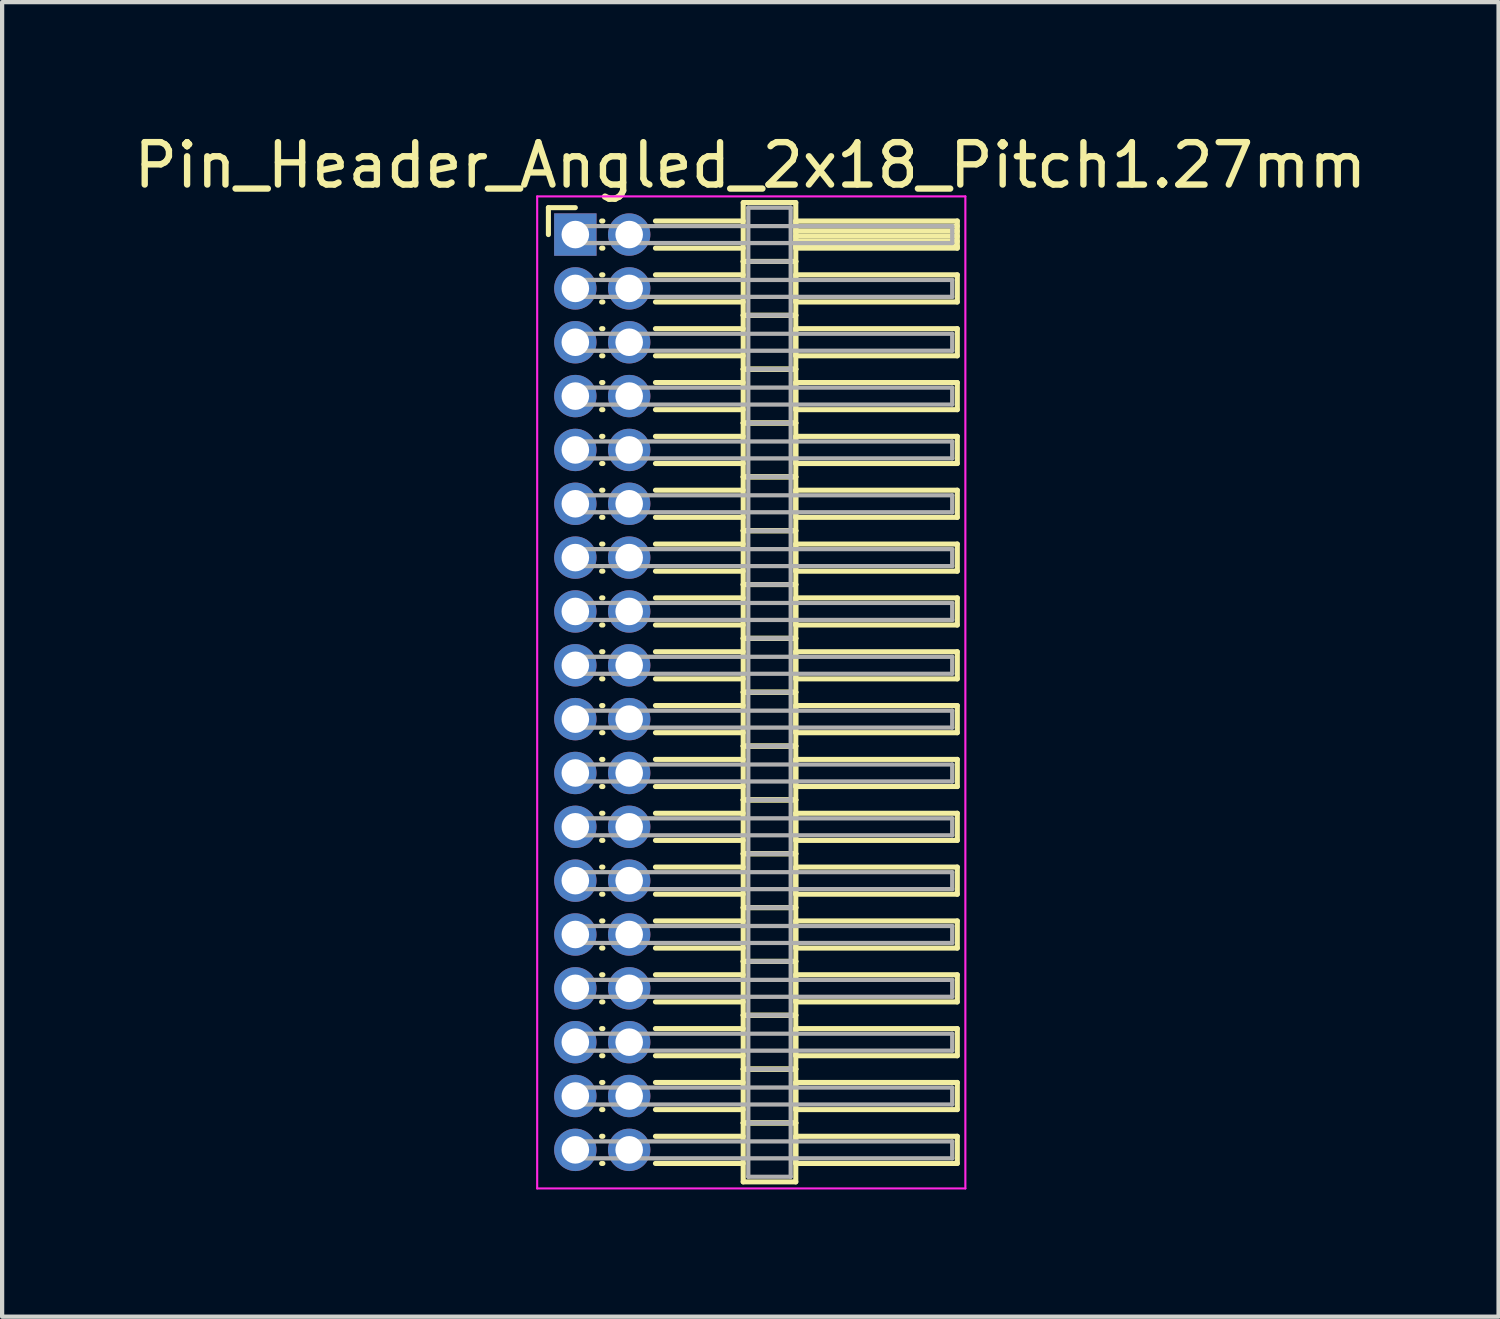
<source format=kicad_pcb>
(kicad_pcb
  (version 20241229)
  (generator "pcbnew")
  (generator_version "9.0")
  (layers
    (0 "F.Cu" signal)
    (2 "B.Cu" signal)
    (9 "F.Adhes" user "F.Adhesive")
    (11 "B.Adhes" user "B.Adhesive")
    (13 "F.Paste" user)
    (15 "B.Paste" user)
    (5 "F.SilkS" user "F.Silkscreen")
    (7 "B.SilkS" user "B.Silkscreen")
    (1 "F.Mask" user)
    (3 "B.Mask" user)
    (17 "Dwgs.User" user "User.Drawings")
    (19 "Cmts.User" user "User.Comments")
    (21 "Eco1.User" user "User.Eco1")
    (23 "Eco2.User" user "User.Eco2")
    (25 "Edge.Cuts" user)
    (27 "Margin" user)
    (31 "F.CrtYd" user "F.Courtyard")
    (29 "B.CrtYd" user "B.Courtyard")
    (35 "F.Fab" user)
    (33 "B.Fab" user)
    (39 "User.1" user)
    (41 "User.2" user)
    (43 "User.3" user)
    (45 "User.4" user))
  (footprint "Pin_Header_Angled_2x18_Pitch1.27mm"
    (layer "F.Cu")
    (at 10.521 2.483)
    (property "Reference" "Pin_Header_Angled_2x18_Pitch1.27mm" (at 4.128 -1.635 0) (layer "F.SilkS") (effects (font (size 1 1) (thickness 0.15))))
    (attr through_hole)
    (fp_line (start -0.635 -0.635) (end 0 -0.635) (stroke (width 0.12) (type solid)) (layer "F.SilkS"))
    (fp_line (start -0.635 0) (end -0.635 -0.635) (stroke (width 0.12) (type solid)) (layer "F.SilkS"))
    (fp_line (start 0.62 -0.32) (end 0.65 -0.32) (stroke (width 0.12) (type solid)) (layer "F.SilkS"))
    (fp_line (start 0.62 0.32) (end 0.65 0.32) (stroke (width 0.12) (type solid)) (layer "F.SilkS"))
    (fp_line (start 0.62 0.95) (end 0.65 0.95) (stroke (width 0.12) (type solid)) (layer "F.SilkS"))
    (fp_line (start 0.62 1.59) (end 0.65 1.59) (stroke (width 0.12) (type solid)) (layer "F.SilkS"))
    (fp_line (start 0.62 2.22) (end 0.65 2.22) (stroke (width 0.12) (type solid)) (layer "F.SilkS"))
    (fp_line (start 0.62 2.86) (end 0.65 2.86) (stroke (width 0.12) (type solid)) (layer "F.SilkS"))
    (fp_line (start 0.62 3.49) (end 0.65 3.49) (stroke (width 0.12) (type solid)) (layer "F.SilkS"))
    (fp_line (start 0.62 4.13) (end 0.65 4.13) (stroke (width 0.12) (type solid)) (layer "F.SilkS"))
    (fp_line (start 0.62 4.76) (end 0.65 4.76) (stroke (width 0.12) (type solid)) (layer "F.SilkS"))
    (fp_line (start 0.62 5.4) (end 0.65 5.4) (stroke (width 0.12) (type solid)) (layer "F.SilkS"))
    (fp_line (start 0.62 6.03) (end 0.65 6.03) (stroke (width 0.12) (type solid)) (layer "F.SilkS"))
    (fp_line (start 0.62 6.67) (end 0.65 6.67) (stroke (width 0.12) (type solid)) (layer "F.SilkS"))
    (fp_line (start 0.62 7.3) (end 0.65 7.3) (stroke (width 0.12) (type solid)) (layer "F.SilkS"))
    (fp_line (start 0.62 7.94) (end 0.65 7.94) (stroke (width 0.12) (type solid)) (layer "F.SilkS"))
    (fp_line (start 0.62 8.57) (end 0.65 8.57) (stroke (width 0.12) (type solid)) (layer "F.SilkS"))
    (fp_line (start 0.62 9.21) (end 0.65 9.21) (stroke (width 0.12) (type solid)) (layer "F.SilkS"))
    (fp_line (start 0.62 9.84) (end 0.65 9.84) (stroke (width 0.12) (type solid)) (layer "F.SilkS"))
    (fp_line (start 0.62 10.48) (end 0.65 10.48) (stroke (width 0.12) (type solid)) (layer "F.SilkS"))
    (fp_line (start 0.62 11.11) (end 0.65 11.11) (stroke (width 0.12) (type solid)) (layer "F.SilkS"))
    (fp_line (start 0.62 11.75) (end 0.65 11.75) (stroke (width 0.12) (type solid)) (layer "F.SilkS"))
    (fp_line (start 0.62 12.38) (end 0.65 12.38) (stroke (width 0.12) (type solid)) (layer "F.SilkS"))
    (fp_line (start 0.62 13.02) (end 0.65 13.02) (stroke (width 0.12) (type solid)) (layer "F.SilkS"))
    (fp_line (start 0.62 13.65) (end 0.65 13.65) (stroke (width 0.12) (type solid)) (layer "F.SilkS"))
    (fp_line (start 0.62 14.29) (end 0.65 14.29) (stroke (width 0.12) (type solid)) (layer "F.SilkS"))
    (fp_line (start 0.62 14.92) (end 0.65 14.92) (stroke (width 0.12) (type solid)) (layer "F.SilkS"))
    (fp_line (start 0.62 15.56) (end 0.65 15.56) (stroke (width 0.12) (type solid)) (layer "F.SilkS"))
    (fp_line (start 0.62 16.19) (end 0.65 16.19) (stroke (width 0.12) (type solid)) (layer "F.SilkS"))
    (fp_line (start 0.62 16.83) (end 0.65 16.83) (stroke (width 0.12) (type solid)) (layer "F.SilkS"))
    (fp_line (start 0.62 17.46) (end 0.65 17.46) (stroke (width 0.12) (type solid)) (layer "F.SilkS"))
    (fp_line (start 0.62 18.1) (end 0.65 18.1) (stroke (width 0.12) (type solid)) (layer "F.SilkS"))
    (fp_line (start 0.62 18.73) (end 0.65 18.73) (stroke (width 0.12) (type solid)) (layer "F.SilkS"))
    (fp_line (start 0.62 19.37) (end 0.65 19.37) (stroke (width 0.12) (type solid)) (layer "F.SilkS"))
    (fp_line (start 0.62 20) (end 0.65 20) (stroke (width 0.12) (type solid)) (layer "F.SilkS"))
    (fp_line (start 0.62 20.64) (end 0.65 20.64) (stroke (width 0.12) (type solid)) (layer "F.SilkS"))
    (fp_line (start 0.62 21.27) (end 0.65 21.27) (stroke (width 0.12) (type solid)) (layer "F.SilkS"))
    (fp_line (start 0.62 21.91) (end 0.65 21.91) (stroke (width 0.12) (type solid)) (layer "F.SilkS"))
    (fp_line (start 1.89 -0.32) (end 3.96 -0.32) (stroke (width 0.12) (type solid)) (layer "F.SilkS"))
    (fp_line (start 1.89 0.32) (end 3.96 0.32) (stroke (width 0.12) (type solid)) (layer "F.SilkS"))
    (fp_line (start 1.89 0.95) (end 3.96 0.95) (stroke (width 0.12) (type solid)) (layer "F.SilkS"))
    (fp_line (start 1.89 1.59) (end 3.96 1.59) (stroke (width 0.12) (type solid)) (layer "F.SilkS"))
    (fp_line (start 1.89 2.22) (end 3.96 2.22) (stroke (width 0.12) (type solid)) (layer "F.SilkS"))
    (fp_line (start 1.89 2.86) (end 3.96 2.86) (stroke (width 0.12) (type solid)) (layer "F.SilkS"))
    (fp_line (start 1.89 3.49) (end 3.96 3.49) (stroke (width 0.12) (type solid)) (layer "F.SilkS"))
    (fp_line (start 1.89 4.13) (end 3.96 4.13) (stroke (width 0.12) (type solid)) (layer "F.SilkS"))
    (fp_line (start 1.89 4.76) (end 3.96 4.76) (stroke (width 0.12) (type solid)) (layer "F.SilkS"))
    (fp_line (start 1.89 5.4) (end 3.96 5.4) (stroke (width 0.12) (type solid)) (layer "F.SilkS"))
    (fp_line (start 1.89 6.03) (end 3.96 6.03) (stroke (width 0.12) (type solid)) (layer "F.SilkS"))
    (fp_line (start 1.89 6.67) (end 3.96 6.67) (stroke (width 0.12) (type solid)) (layer "F.SilkS"))
    (fp_line (start 1.89 7.3) (end 3.96 7.3) (stroke (width 0.12) (type solid)) (layer "F.SilkS"))
    (fp_line (start 1.89 7.94) (end 3.96 7.94) (stroke (width 0.12) (type solid)) (layer "F.SilkS"))
    (fp_line (start 1.89 8.57) (end 3.96 8.57) (stroke (width 0.12) (type solid)) (layer "F.SilkS"))
    (fp_line (start 1.89 9.21) (end 3.96 9.21) (stroke (width 0.12) (type solid)) (layer "F.SilkS"))
    (fp_line (start 1.89 9.84) (end 3.96 9.84) (stroke (width 0.12) (type solid)) (layer "F.SilkS"))
    (fp_line (start 1.89 10.48) (end 3.96 10.48) (stroke (width 0.12) (type solid)) (layer "F.SilkS"))
    (fp_line (start 1.89 11.11) (end 3.96 11.11) (stroke (width 0.12) (type solid)) (layer "F.SilkS"))
    (fp_line (start 1.89 11.75) (end 3.96 11.75) (stroke (width 0.12) (type solid)) (layer "F.SilkS"))
    (fp_line (start 1.89 12.38) (end 3.96 12.38) (stroke (width 0.12) (type solid)) (layer "F.SilkS"))
    (fp_line (start 1.89 13.02) (end 3.96 13.02) (stroke (width 0.12) (type solid)) (layer "F.SilkS"))
    (fp_line (start 1.89 13.65) (end 3.96 13.65) (stroke (width 0.12) (type solid)) (layer "F.SilkS"))
    (fp_line (start 1.89 14.29) (end 3.96 14.29) (stroke (width 0.12) (type solid)) (layer "F.SilkS"))
    (fp_line (start 1.89 14.92) (end 3.96 14.92) (stroke (width 0.12) (type solid)) (layer "F.SilkS"))
    (fp_line (start 1.89 15.56) (end 3.96 15.56) (stroke (width 0.12) (type solid)) (layer "F.SilkS"))
    (fp_line (start 1.89 16.19) (end 3.96 16.19) (stroke (width 0.12) (type solid)) (layer "F.SilkS"))
    (fp_line (start 1.89 16.83) (end 3.96 16.83) (stroke (width 0.12) (type solid)) (layer "F.SilkS"))
    (fp_line (start 1.89 17.46) (end 3.96 17.46) (stroke (width 0.12) (type solid)) (layer "F.SilkS"))
    (fp_line (start 1.89 18.1) (end 3.96 18.1) (stroke (width 0.12) (type solid)) (layer "F.SilkS"))
    (fp_line (start 1.89 18.73) (end 3.96 18.73) (stroke (width 0.12) (type solid)) (layer "F.SilkS"))
    (fp_line (start 1.89 19.37) (end 3.96 19.37) (stroke (width 0.12) (type solid)) (layer "F.SilkS"))
    (fp_line (start 1.89 20) (end 3.96 20) (stroke (width 0.12) (type solid)) (layer "F.SilkS"))
    (fp_line (start 1.89 20.64) (end 3.96 20.64) (stroke (width 0.12) (type solid)) (layer "F.SilkS"))
    (fp_line (start 1.89 21.27) (end 3.96 21.27) (stroke (width 0.12) (type solid)) (layer "F.SilkS"))
    (fp_line (start 1.89 21.91) (end 3.96 21.91) (stroke (width 0.12) (type solid)) (layer "F.SilkS"))
    (fp_line (start 3.96 -0.755) (end 3.96 0.635) (stroke (width 0.12) (type solid)) (layer "F.SilkS"))
    (fp_line (start 3.96 0.635) (end 3.96 1.905) (stroke (width 0.12) (type solid)) (layer "F.SilkS"))
    (fp_line (start 3.96 0.635) (end 5.2 0.635) (stroke (width 0.12) (type solid)) (layer "F.SilkS"))
    (fp_line (start 3.96 1.905) (end 3.96 3.175) (stroke (width 0.12) (type solid)) (layer "F.SilkS"))
    (fp_line (start 3.96 1.905) (end 5.2 1.905) (stroke (width 0.12) (type solid)) (layer "F.SilkS"))
    (fp_line (start 3.96 3.175) (end 3.96 4.445) (stroke (width 0.12) (type solid)) (layer "F.SilkS"))
    (fp_line (start 3.96 3.175) (end 5.2 3.175) (stroke (width 0.12) (type solid)) (layer "F.SilkS"))
    (fp_line (start 3.96 4.445) (end 3.96 5.715) (stroke (width 0.12) (type solid)) (layer "F.SilkS"))
    (fp_line (start 3.96 4.445) (end 5.2 4.445) (stroke (width 0.12) (type solid)) (layer "F.SilkS"))
    (fp_line (start 3.96 5.715) (end 3.96 6.985) (stroke (width 0.12) (type solid)) (layer "F.SilkS"))
    (fp_line (start 3.96 5.715) (end 5.2 5.715) (stroke (width 0.12) (type solid)) (layer "F.SilkS"))
    (fp_line (start 3.96 6.985) (end 3.96 8.255) (stroke (width 0.12) (type solid)) (layer "F.SilkS"))
    (fp_line (start 3.96 6.985) (end 5.2 6.985) (stroke (width 0.12) (type solid)) (layer "F.SilkS"))
    (fp_line (start 3.96 8.255) (end 3.96 9.525) (stroke (width 0.12) (type solid)) (layer "F.SilkS"))
    (fp_line (start 3.96 8.255) (end 5.2 8.255) (stroke (width 0.12) (type solid)) (layer "F.SilkS"))
    (fp_line (start 3.96 9.525) (end 3.96 10.795) (stroke (width 0.12) (type solid)) (layer "F.SilkS"))
    (fp_line (start 3.96 9.525) (end 5.2 9.525) (stroke (width 0.12) (type solid)) (layer "F.SilkS"))
    (fp_line (start 3.96 10.795) (end 3.96 12.065) (stroke (width 0.12) (type solid)) (layer "F.SilkS"))
    (fp_line (start 3.96 10.795) (end 5.2 10.795) (stroke (width 0.12) (type solid)) (layer "F.SilkS"))
    (fp_line (start 3.96 12.065) (end 3.96 13.335) (stroke (width 0.12) (type solid)) (layer "F.SilkS"))
    (fp_line (start 3.96 12.065) (end 5.2 12.065) (stroke (width 0.12) (type solid)) (layer "F.SilkS"))
    (fp_line (start 3.96 13.335) (end 3.96 14.605) (stroke (width 0.12) (type solid)) (layer "F.SilkS"))
    (fp_line (start 3.96 13.335) (end 5.2 13.335) (stroke (width 0.12) (type solid)) (layer "F.SilkS"))
    (fp_line (start 3.96 14.605) (end 3.96 15.875) (stroke (width 0.12) (type solid)) (layer "F.SilkS"))
    (fp_line (start 3.96 14.605) (end 5.2 14.605) (stroke (width 0.12) (type solid)) (layer "F.SilkS"))
    (fp_line (start 3.96 15.875) (end 3.96 17.145) (stroke (width 0.12) (type solid)) (layer "F.SilkS"))
    (fp_line (start 3.96 15.875) (end 5.2 15.875) (stroke (width 0.12) (type solid)) (layer "F.SilkS"))
    (fp_line (start 3.96 17.145) (end 3.96 18.415) (stroke (width 0.12) (type solid)) (layer "F.SilkS"))
    (fp_line (start 3.96 17.145) (end 5.2 17.145) (stroke (width 0.12) (type solid)) (layer "F.SilkS"))
    (fp_line (start 3.96 18.415) (end 3.96 19.685) (stroke (width 0.12) (type solid)) (layer "F.SilkS"))
    (fp_line (start 3.96 18.415) (end 5.2 18.415) (stroke (width 0.12) (type solid)) (layer "F.SilkS"))
    (fp_line (start 3.96 19.685) (end 3.96 20.955) (stroke (width 0.12) (type solid)) (layer "F.SilkS"))
    (fp_line (start 3.96 19.685) (end 5.2 19.685) (stroke (width 0.12) (type solid)) (layer "F.SilkS"))
    (fp_line (start 3.96 20.955) (end 3.96 22.345) (stroke (width 0.12) (type solid)) (layer "F.SilkS"))
    (fp_line (start 3.96 20.955) (end 5.2 20.955) (stroke (width 0.12) (type solid)) (layer "F.SilkS"))
    (fp_line (start 3.96 22.345) (end 5.2 22.345) (stroke (width 0.12) (type solid)) (layer "F.SilkS"))
    (fp_line (start 5.2 -0.755) (end 3.96 -0.755) (stroke (width 0.12) (type solid)) (layer "F.SilkS"))
    (fp_line (start 5.2 -0.32) (end 5.2 0.32) (stroke (width 0.12) (type solid)) (layer "F.SilkS"))
    (fp_line (start 5.2 -0.2) (end 9.01 -0.2) (stroke (width 0.12) (type solid)) (layer "F.SilkS"))
    (fp_line (start 5.2 -0.08) (end 9.01 -0.08) (stroke (width 0.12) (type solid)) (layer "F.SilkS"))
    (fp_line (start 5.2 0.04) (end 9.01 0.04) (stroke (width 0.12) (type solid)) (layer "F.SilkS"))
    (fp_line (start 5.2 0.16) (end 9.01 0.16) (stroke (width 0.12) (type solid)) (layer "F.SilkS"))
    (fp_line (start 5.2 0.28) (end 9.01 0.28) (stroke (width 0.12) (type solid)) (layer "F.SilkS"))
    (fp_line (start 5.2 0.32) (end 9.01 0.32) (stroke (width 0.12) (type solid)) (layer "F.SilkS"))
    (fp_line (start 5.2 0.635) (end 3.96 0.635) (stroke (width 0.12) (type solid)) (layer "F.SilkS"))
    (fp_line (start 5.2 0.635) (end 5.2 -0.755) (stroke (width 0.12) (type solid)) (layer "F.SilkS"))
    (fp_line (start 5.2 0.95) (end 5.2 1.59) (stroke (width 0.12) (type solid)) (layer "F.SilkS"))
    (fp_line (start 5.2 1.59) (end 9.01 1.59) (stroke (width 0.12) (type solid)) (layer "F.SilkS"))
    (fp_line (start 5.2 1.905) (end 3.96 1.905) (stroke (width 0.12) (type solid)) (layer "F.SilkS"))
    (fp_line (start 5.2 1.905) (end 5.2 0.635) (stroke (width 0.12) (type solid)) (layer "F.SilkS"))
    (fp_line (start 5.2 2.22) (end 5.2 2.86) (stroke (width 0.12) (type solid)) (layer "F.SilkS"))
    (fp_line (start 5.2 2.86) (end 9.01 2.86) (stroke (width 0.12) (type solid)) (layer "F.SilkS"))
    (fp_line (start 5.2 3.175) (end 3.96 3.175) (stroke (width 0.12) (type solid)) (layer "F.SilkS"))
    (fp_line (start 5.2 3.175) (end 5.2 1.905) (stroke (width 0.12) (type solid)) (layer "F.SilkS"))
    (fp_line (start 5.2 3.49) (end 5.2 4.13) (stroke (width 0.12) (type solid)) (layer "F.SilkS"))
    (fp_line (start 5.2 4.13) (end 9.01 4.13) (stroke (width 0.12) (type solid)) (layer "F.SilkS"))
    (fp_line (start 5.2 4.445) (end 3.96 4.445) (stroke (width 0.12) (type solid)) (layer "F.SilkS"))
    (fp_line (start 5.2 4.445) (end 5.2 3.175) (stroke (width 0.12) (type solid)) (layer "F.SilkS"))
    (fp_line (start 5.2 4.76) (end 5.2 5.4) (stroke (width 0.12) (type solid)) (layer "F.SilkS"))
    (fp_line (start 5.2 5.4) (end 9.01 5.4) (stroke (width 0.12) (type solid)) (layer "F.SilkS"))
    (fp_line (start 5.2 5.715) (end 3.96 5.715) (stroke (width 0.12) (type solid)) (layer "F.SilkS"))
    (fp_line (start 5.2 5.715) (end 5.2 4.445) (stroke (width 0.12) (type solid)) (layer "F.SilkS"))
    (fp_line (start 5.2 6.03) (end 5.2 6.67) (stroke (width 0.12) (type solid)) (layer "F.SilkS"))
    (fp_line (start 5.2 6.67) (end 9.01 6.67) (stroke (width 0.12) (type solid)) (layer "F.SilkS"))
    (fp_line (start 5.2 6.985) (end 3.96 6.985) (stroke (width 0.12) (type solid)) (layer "F.SilkS"))
    (fp_line (start 5.2 6.985) (end 5.2 5.715) (stroke (width 0.12) (type solid)) (layer "F.SilkS"))
    (fp_line (start 5.2 7.3) (end 5.2 7.94) (stroke (width 0.12) (type solid)) (layer "F.SilkS"))
    (fp_line (start 5.2 7.94) (end 9.01 7.94) (stroke (width 0.12) (type solid)) (layer "F.SilkS"))
    (fp_line (start 5.2 8.255) (end 3.96 8.255) (stroke (width 0.12) (type solid)) (layer "F.SilkS"))
    (fp_line (start 5.2 8.255) (end 5.2 6.985) (stroke (width 0.12) (type solid)) (layer "F.SilkS"))
    (fp_line (start 5.2 8.57) (end 5.2 9.21) (stroke (width 0.12) (type solid)) (layer "F.SilkS"))
    (fp_line (start 5.2 9.21) (end 9.01 9.21) (stroke (width 0.12) (type solid)) (layer "F.SilkS"))
    (fp_line (start 5.2 9.525) (end 3.96 9.525) (stroke (width 0.12) (type solid)) (layer "F.SilkS"))
    (fp_line (start 5.2 9.525) (end 5.2 8.255) (stroke (width 0.12) (type solid)) (layer "F.SilkS"))
    (fp_line (start 5.2 9.84) (end 5.2 10.48) (stroke (width 0.12) (type solid)) (layer "F.SilkS"))
    (fp_line (start 5.2 10.48) (end 9.01 10.48) (stroke (width 0.12) (type solid)) (layer "F.SilkS"))
    (fp_line (start 5.2 10.795) (end 3.96 10.795) (stroke (width 0.12) (type solid)) (layer "F.SilkS"))
    (fp_line (start 5.2 10.795) (end 5.2 9.525) (stroke (width 0.12) (type solid)) (layer "F.SilkS"))
    (fp_line (start 5.2 11.11) (end 5.2 11.75) (stroke (width 0.12) (type solid)) (layer "F.SilkS"))
    (fp_line (start 5.2 11.75) (end 9.01 11.75) (stroke (width 0.12) (type solid)) (layer "F.SilkS"))
    (fp_line (start 5.2 12.065) (end 3.96 12.065) (stroke (width 0.12) (type solid)) (layer "F.SilkS"))
    (fp_line (start 5.2 12.065) (end 5.2 10.795) (stroke (width 0.12) (type solid)) (layer "F.SilkS"))
    (fp_line (start 5.2 12.38) (end 5.2 13.02) (stroke (width 0.12) (type solid)) (layer "F.SilkS"))
    (fp_line (start 5.2 13.02) (end 9.01 13.02) (stroke (width 0.12) (type solid)) (layer "F.SilkS"))
    (fp_line (start 5.2 13.335) (end 3.96 13.335) (stroke (width 0.12) (type solid)) (layer "F.SilkS"))
    (fp_line (start 5.2 13.335) (end 5.2 12.065) (stroke (width 0.12) (type solid)) (layer "F.SilkS"))
    (fp_line (start 5.2 13.65) (end 5.2 14.29) (stroke (width 0.12) (type solid)) (layer "F.SilkS"))
    (fp_line (start 5.2 14.29) (end 9.01 14.29) (stroke (width 0.12) (type solid)) (layer "F.SilkS"))
    (fp_line (start 5.2 14.605) (end 3.96 14.605) (stroke (width 0.12) (type solid)) (layer "F.SilkS"))
    (fp_line (start 5.2 14.605) (end 5.2 13.335) (stroke (width 0.12) (type solid)) (layer "F.SilkS"))
    (fp_line (start 5.2 14.92) (end 5.2 15.56) (stroke (width 0.12) (type solid)) (layer "F.SilkS"))
    (fp_line (start 5.2 15.56) (end 9.01 15.56) (stroke (width 0.12) (type solid)) (layer "F.SilkS"))
    (fp_line (start 5.2 15.875) (end 3.96 15.875) (stroke (width 0.12) (type solid)) (layer "F.SilkS"))
    (fp_line (start 5.2 15.875) (end 5.2 14.605) (stroke (width 0.12) (type solid)) (layer "F.SilkS"))
    (fp_line (start 5.2 16.19) (end 5.2 16.83) (stroke (width 0.12) (type solid)) (layer "F.SilkS"))
    (fp_line (start 5.2 16.83) (end 9.01 16.83) (stroke (width 0.12) (type solid)) (layer "F.SilkS"))
    (fp_line (start 5.2 17.145) (end 3.96 17.145) (stroke (width 0.12) (type solid)) (layer "F.SilkS"))
    (fp_line (start 5.2 17.145) (end 5.2 15.875) (stroke (width 0.12) (type solid)) (layer "F.SilkS"))
    (fp_line (start 5.2 17.46) (end 5.2 18.1) (stroke (width 0.12) (type solid)) (layer "F.SilkS"))
    (fp_line (start 5.2 18.1) (end 9.01 18.1) (stroke (width 0.12) (type solid)) (layer "F.SilkS"))
    (fp_line (start 5.2 18.415) (end 3.96 18.415) (stroke (width 0.12) (type solid)) (layer "F.SilkS"))
    (fp_line (start 5.2 18.415) (end 5.2 17.145) (stroke (width 0.12) (type solid)) (layer "F.SilkS"))
    (fp_line (start 5.2 18.73) (end 5.2 19.37) (stroke (width 0.12) (type solid)) (layer "F.SilkS"))
    (fp_line (start 5.2 19.37) (end 9.01 19.37) (stroke (width 0.12) (type solid)) (layer "F.SilkS"))
    (fp_line (start 5.2 19.685) (end 3.96 19.685) (stroke (width 0.12) (type solid)) (layer "F.SilkS"))
    (fp_line (start 5.2 19.685) (end 5.2 18.415) (stroke (width 0.12) (type solid)) (layer "F.SilkS"))
    (fp_line (start 5.2 20) (end 5.2 20.64) (stroke (width 0.12) (type solid)) (layer "F.SilkS"))
    (fp_line (start 5.2 20.64) (end 9.01 20.64) (stroke (width 0.12) (type solid)) (layer "F.SilkS"))
    (fp_line (start 5.2 20.955) (end 3.96 20.955) (stroke (width 0.12) (type solid)) (layer "F.SilkS"))
    (fp_line (start 5.2 20.955) (end 5.2 19.685) (stroke (width 0.12) (type solid)) (layer "F.SilkS"))
    (fp_line (start 5.2 21.27) (end 5.2 21.91) (stroke (width 0.12) (type solid)) (layer "F.SilkS"))
    (fp_line (start 5.2 21.91) (end 9.01 21.91) (stroke (width 0.12) (type solid)) (layer "F.SilkS"))
    (fp_line (start 5.2 22.345) (end 5.2 20.955) (stroke (width 0.12) (type solid)) (layer "F.SilkS"))
    (fp_line (start 9.01 -0.32) (end 5.2 -0.32) (stroke (width 0.12) (type solid)) (layer "F.SilkS"))
    (fp_line (start 9.01 0.32) (end 9.01 -0.32) (stroke (width 0.12) (type solid)) (layer "F.SilkS"))
    (fp_line (start 9.01 0.95) (end 5.2 0.95) (stroke (width 0.12) (type solid)) (layer "F.SilkS"))
    (fp_line (start 9.01 1.59) (end 9.01 0.95) (stroke (width 0.12) (type solid)) (layer "F.SilkS"))
    (fp_line (start 9.01 2.22) (end 5.2 2.22) (stroke (width 0.12) (type solid)) (layer "F.SilkS"))
    (fp_line (start 9.01 2.86) (end 9.01 2.22) (stroke (width 0.12) (type solid)) (layer "F.SilkS"))
    (fp_line (start 9.01 3.49) (end 5.2 3.49) (stroke (width 0.12) (type solid)) (layer "F.SilkS"))
    (fp_line (start 9.01 4.13) (end 9.01 3.49) (stroke (width 0.12) (type solid)) (layer "F.SilkS"))
    (fp_line (start 9.01 4.76) (end 5.2 4.76) (stroke (width 0.12) (type solid)) (layer "F.SilkS"))
    (fp_line (start 9.01 5.4) (end 9.01 4.76) (stroke (width 0.12) (type solid)) (layer "F.SilkS"))
    (fp_line (start 9.01 6.03) (end 5.2 6.03) (stroke (width 0.12) (type solid)) (layer "F.SilkS"))
    (fp_line (start 9.01 6.67) (end 9.01 6.03) (stroke (width 0.12) (type solid)) (layer "F.SilkS"))
    (fp_line (start 9.01 7.3) (end 5.2 7.3) (stroke (width 0.12) (type solid)) (layer "F.SilkS"))
    (fp_line (start 9.01 7.94) (end 9.01 7.3) (stroke (width 0.12) (type solid)) (layer "F.SilkS"))
    (fp_line (start 9.01 8.57) (end 5.2 8.57) (stroke (width 0.12) (type solid)) (layer "F.SilkS"))
    (fp_line (start 9.01 9.21) (end 9.01 8.57) (stroke (width 0.12) (type solid)) (layer "F.SilkS"))
    (fp_line (start 9.01 9.84) (end 5.2 9.84) (stroke (width 0.12) (type solid)) (layer "F.SilkS"))
    (fp_line (start 9.01 10.48) (end 9.01 9.84) (stroke (width 0.12) (type solid)) (layer "F.SilkS"))
    (fp_line (start 9.01 11.11) (end 5.2 11.11) (stroke (width 0.12) (type solid)) (layer "F.SilkS"))
    (fp_line (start 9.01 11.75) (end 9.01 11.11) (stroke (width 0.12) (type solid)) (layer "F.SilkS"))
    (fp_line (start 9.01 12.38) (end 5.2 12.38) (stroke (width 0.12) (type solid)) (layer "F.SilkS"))
    (fp_line (start 9.01 13.02) (end 9.01 12.38) (stroke (width 0.12) (type solid)) (layer "F.SilkS"))
    (fp_line (start 9.01 13.65) (end 5.2 13.65) (stroke (width 0.12) (type solid)) (layer "F.SilkS"))
    (fp_line (start 9.01 14.29) (end 9.01 13.65) (stroke (width 0.12) (type solid)) (layer "F.SilkS"))
    (fp_line (start 9.01 14.92) (end 5.2 14.92) (stroke (width 0.12) (type solid)) (layer "F.SilkS"))
    (fp_line (start 9.01 15.56) (end 9.01 14.92) (stroke (width 0.12) (type solid)) (layer "F.SilkS"))
    (fp_line (start 9.01 16.19) (end 5.2 16.19) (stroke (width 0.12) (type solid)) (layer "F.SilkS"))
    (fp_line (start 9.01 16.83) (end 9.01 16.19) (stroke (width 0.12) (type solid)) (layer "F.SilkS"))
    (fp_line (start 9.01 17.46) (end 5.2 17.46) (stroke (width 0.12) (type solid)) (layer "F.SilkS"))
    (fp_line (start 9.01 18.1) (end 9.01 17.46) (stroke (width 0.12) (type solid)) (layer "F.SilkS"))
    (fp_line (start 9.01 18.73) (end 5.2 18.73) (stroke (width 0.12) (type solid)) (layer "F.SilkS"))
    (fp_line (start 9.01 19.37) (end 9.01 18.73) (stroke (width 0.12) (type solid)) (layer "F.SilkS"))
    (fp_line (start 9.01 20) (end 5.2 20) (stroke (width 0.12) (type solid)) (layer "F.SilkS"))
    (fp_line (start 9.01 20.64) (end 9.01 20) (stroke (width 0.12) (type solid)) (layer "F.SilkS"))
    (fp_line (start 9.01 21.27) (end 5.2 21.27) (stroke (width 0.12) (type solid)) (layer "F.SilkS"))
    (fp_line (start 9.01 21.91) (end 9.01 21.27) (stroke (width 0.12) (type solid)) (layer "F.SilkS"))
    (fp_line (start -0.9 -0.9) (end -0.9 22.5) (stroke (width 0.05) (type solid)) (layer "F.CrtYd"))
    (fp_line (start -0.9 22.5) (end 9.2 22.5) (stroke (width 0.05) (type solid)) (layer "F.CrtYd"))
    (fp_line (start 9.2 -0.9) (end -0.9 -0.9) (stroke (width 0.05) (type solid)) (layer "F.CrtYd"))
    (fp_line (start 9.2 22.5) (end 9.2 -0.9) (stroke (width 0.05) (type solid)) (layer "F.CrtYd"))
    (fp_line (start 0 -0.2) (end 0 0.2) (stroke (width 0.1) (type solid)) (layer "F.Fab"))
    (fp_line (start 0 0.2) (end 8.89 0.2) (stroke (width 0.1) (type solid)) (layer "F.Fab"))
    (fp_line (start 0 1.07) (end 0 1.47) (stroke (width 0.1) (type solid)) (layer "F.Fab"))
    (fp_line (start 0 1.47) (end 8.89 1.47) (stroke (width 0.1) (type solid)) (layer "F.Fab"))
    (fp_line (start 0 2.34) (end 0 2.74) (stroke (width 0.1) (type solid)) (layer "F.Fab"))
    (fp_line (start 0 2.74) (end 8.89 2.74) (stroke (width 0.1) (type solid)) (layer "F.Fab"))
    (fp_line (start 0 3.61) (end 0 4.01) (stroke (width 0.1) (type solid)) (layer "F.Fab"))
    (fp_line (start 0 4.01) (end 8.89 4.01) (stroke (width 0.1) (type solid)) (layer "F.Fab"))
    (fp_line (start 0 4.88) (end 0 5.28) (stroke (width 0.1) (type solid)) (layer "F.Fab"))
    (fp_line (start 0 5.28) (end 8.89 5.28) (stroke (width 0.1) (type solid)) (layer "F.Fab"))
    (fp_line (start 0 6.15) (end 0 6.55) (stroke (width 0.1) (type solid)) (layer "F.Fab"))
    (fp_line (start 0 6.55) (end 8.89 6.55) (stroke (width 0.1) (type solid)) (layer "F.Fab"))
    (fp_line (start 0 7.42) (end 0 7.82) (stroke (width 0.1) (type solid)) (layer "F.Fab"))
    (fp_line (start 0 7.82) (end 8.89 7.82) (stroke (width 0.1) (type solid)) (layer "F.Fab"))
    (fp_line (start 0 8.69) (end 0 9.09) (stroke (width 0.1) (type solid)) (layer "F.Fab"))
    (fp_line (start 0 9.09) (end 8.89 9.09) (stroke (width 0.1) (type solid)) (layer "F.Fab"))
    (fp_line (start 0 9.96) (end 0 10.36) (stroke (width 0.1) (type solid)) (layer "F.Fab"))
    (fp_line (start 0 10.36) (end 8.89 10.36) (stroke (width 0.1) (type solid)) (layer "F.Fab"))
    (fp_line (start 0 11.23) (end 0 11.63) (stroke (width 0.1) (type solid)) (layer "F.Fab"))
    (fp_line (start 0 11.63) (end 8.89 11.63) (stroke (width 0.1) (type solid)) (layer "F.Fab"))
    (fp_line (start 0 12.5) (end 0 12.9) (stroke (width 0.1) (type solid)) (layer "F.Fab"))
    (fp_line (start 0 12.9) (end 8.89 12.9) (stroke (width 0.1) (type solid)) (layer "F.Fab"))
    (fp_line (start 0 13.77) (end 0 14.17) (stroke (width 0.1) (type solid)) (layer "F.Fab"))
    (fp_line (start 0 14.17) (end 8.89 14.17) (stroke (width 0.1) (type solid)) (layer "F.Fab"))
    (fp_line (start 0 15.04) (end 0 15.44) (stroke (width 0.1) (type solid)) (layer "F.Fab"))
    (fp_line (start 0 15.44) (end 8.89 15.44) (stroke (width 0.1) (type solid)) (layer "F.Fab"))
    (fp_line (start 0 16.31) (end 0 16.71) (stroke (width 0.1) (type solid)) (layer "F.Fab"))
    (fp_line (start 0 16.71) (end 8.89 16.71) (stroke (width 0.1) (type solid)) (layer "F.Fab"))
    (fp_line (start 0 17.58) (end 0 17.98) (stroke (width 0.1) (type solid)) (layer "F.Fab"))
    (fp_line (start 0 17.98) (end 8.89 17.98) (stroke (width 0.1) (type solid)) (layer "F.Fab"))
    (fp_line (start 0 18.85) (end 0 19.25) (stroke (width 0.1) (type solid)) (layer "F.Fab"))
    (fp_line (start 0 19.25) (end 8.89 19.25) (stroke (width 0.1) (type solid)) (layer "F.Fab"))
    (fp_line (start 0 20.12) (end 0 20.52) (stroke (width 0.1) (type solid)) (layer "F.Fab"))
    (fp_line (start 0 20.52) (end 8.89 20.52) (stroke (width 0.1) (type solid)) (layer "F.Fab"))
    (fp_line (start 0 21.39) (end 0 21.79) (stroke (width 0.1) (type solid)) (layer "F.Fab"))
    (fp_line (start 0 21.79) (end 8.89 21.79) (stroke (width 0.1) (type solid)) (layer "F.Fab"))
    (fp_line (start 4.08 -0.635) (end 4.08 0.635) (stroke (width 0.1) (type solid)) (layer "F.Fab"))
    (fp_line (start 4.08 0.635) (end 4.08 1.905) (stroke (width 0.1) (type solid)) (layer "F.Fab"))
    (fp_line (start 4.08 0.635) (end 5.08 0.635) (stroke (width 0.1) (type solid)) (layer "F.Fab"))
    (fp_line (start 4.08 1.905) (end 4.08 3.175) (stroke (width 0.1) (type solid)) (layer "F.Fab"))
    (fp_line (start 4.08 1.905) (end 5.08 1.905) (stroke (width 0.1) (type solid)) (layer "F.Fab"))
    (fp_line (start 4.08 3.175) (end 4.08 4.445) (stroke (width 0.1) (type solid)) (layer "F.Fab"))
    (fp_line (start 4.08 3.175) (end 5.08 3.175) (stroke (width 0.1) (type solid)) (layer "F.Fab"))
    (fp_line (start 4.08 4.445) (end 4.08 5.715) (stroke (width 0.1) (type solid)) (layer "F.Fab"))
    (fp_line (start 4.08 4.445) (end 5.08 4.445) (stroke (width 0.1) (type solid)) (layer "F.Fab"))
    (fp_line (start 4.08 5.715) (end 4.08 6.985) (stroke (width 0.1) (type solid)) (layer "F.Fab"))
    (fp_line (start 4.08 5.715) (end 5.08 5.715) (stroke (width 0.1) (type solid)) (layer "F.Fab"))
    (fp_line (start 4.08 6.985) (end 4.08 8.255) (stroke (width 0.1) (type solid)) (layer "F.Fab"))
    (fp_line (start 4.08 6.985) (end 5.08 6.985) (stroke (width 0.1) (type solid)) (layer "F.Fab"))
    (fp_line (start 4.08 8.255) (end 4.08 9.525) (stroke (width 0.1) (type solid)) (layer "F.Fab"))
    (fp_line (start 4.08 8.255) (end 5.08 8.255) (stroke (width 0.1) (type solid)) (layer "F.Fab"))
    (fp_line (start 4.08 9.525) (end 4.08 10.795) (stroke (width 0.1) (type solid)) (layer "F.Fab"))
    (fp_line (start 4.08 9.525) (end 5.08 9.525) (stroke (width 0.1) (type solid)) (layer "F.Fab"))
    (fp_line (start 4.08 10.795) (end 4.08 12.065) (stroke (width 0.1) (type solid)) (layer "F.Fab"))
    (fp_line (start 4.08 10.795) (end 5.08 10.795) (stroke (width 0.1) (type solid)) (layer "F.Fab"))
    (fp_line (start 4.08 12.065) (end 4.08 13.335) (stroke (width 0.1) (type solid)) (layer "F.Fab"))
    (fp_line (start 4.08 12.065) (end 5.08 12.065) (stroke (width 0.1) (type solid)) (layer "F.Fab"))
    (fp_line (start 4.08 13.335) (end 4.08 14.605) (stroke (width 0.1) (type solid)) (layer "F.Fab"))
    (fp_line (start 4.08 13.335) (end 5.08 13.335) (stroke (width 0.1) (type solid)) (layer "F.Fab"))
    (fp_line (start 4.08 14.605) (end 4.08 15.875) (stroke (width 0.1) (type solid)) (layer "F.Fab"))
    (fp_line (start 4.08 14.605) (end 5.08 14.605) (stroke (width 0.1) (type solid)) (layer "F.Fab"))
    (fp_line (start 4.08 15.875) (end 4.08 17.145) (stroke (width 0.1) (type solid)) (layer "F.Fab"))
    (fp_line (start 4.08 15.875) (end 5.08 15.875) (stroke (width 0.1) (type solid)) (layer "F.Fab"))
    (fp_line (start 4.08 17.145) (end 4.08 18.415) (stroke (width 0.1) (type solid)) (layer "F.Fab"))
    (fp_line (start 4.08 17.145) (end 5.08 17.145) (stroke (width 0.1) (type solid)) (layer "F.Fab"))
    (fp_line (start 4.08 18.415) (end 4.08 19.685) (stroke (width 0.1) (type solid)) (layer "F.Fab"))
    (fp_line (start 4.08 18.415) (end 5.08 18.415) (stroke (width 0.1) (type solid)) (layer "F.Fab"))
    (fp_line (start 4.08 19.685) (end 4.08 20.955) (stroke (width 0.1) (type solid)) (layer "F.Fab"))
    (fp_line (start 4.08 19.685) (end 5.08 19.685) (stroke (width 0.1) (type solid)) (layer "F.Fab"))
    (fp_line (start 4.08 20.955) (end 4.08 22.225) (stroke (width 0.1) (type solid)) (layer "F.Fab"))
    (fp_line (start 4.08 20.955) (end 5.08 20.955) (stroke (width 0.1) (type solid)) (layer "F.Fab"))
    (fp_line (start 4.08 22.225) (end 5.08 22.225) (stroke (width 0.1) (type solid)) (layer "F.Fab"))
    (fp_line (start 5.08 -0.635) (end 4.08 -0.635) (stroke (width 0.1) (type solid)) (layer "F.Fab"))
    (fp_line (start 5.08 0.635) (end 4.08 0.635) (stroke (width 0.1) (type solid)) (layer "F.Fab"))
    (fp_line (start 5.08 0.635) (end 5.08 -0.635) (stroke (width 0.1) (type solid)) (layer "F.Fab"))
    (fp_line (start 5.08 1.905) (end 4.08 1.905) (stroke (width 0.1) (type solid)) (layer "F.Fab"))
    (fp_line (start 5.08 1.905) (end 5.08 0.635) (stroke (width 0.1) (type solid)) (layer "F.Fab"))
    (fp_line (start 5.08 3.175) (end 4.08 3.175) (stroke (width 0.1) (type solid)) (layer "F.Fab"))
    (fp_line (start 5.08 3.175) (end 5.08 1.905) (stroke (width 0.1) (type solid)) (layer "F.Fab"))
    (fp_line (start 5.08 4.445) (end 4.08 4.445) (stroke (width 0.1) (type solid)) (layer "F.Fab"))
    (fp_line (start 5.08 4.445) (end 5.08 3.175) (stroke (width 0.1) (type solid)) (layer "F.Fab"))
    (fp_line (start 5.08 5.715) (end 4.08 5.715) (stroke (width 0.1) (type solid)) (layer "F.Fab"))
    (fp_line (start 5.08 5.715) (end 5.08 4.445) (stroke (width 0.1) (type solid)) (layer "F.Fab"))
    (fp_line (start 5.08 6.985) (end 4.08 6.985) (stroke (width 0.1) (type solid)) (layer "F.Fab"))
    (fp_line (start 5.08 6.985) (end 5.08 5.715) (stroke (width 0.1) (type solid)) (layer "F.Fab"))
    (fp_line (start 5.08 8.255) (end 4.08 8.255) (stroke (width 0.1) (type solid)) (layer "F.Fab"))
    (fp_line (start 5.08 8.255) (end 5.08 6.985) (stroke (width 0.1) (type solid)) (layer "F.Fab"))
    (fp_line (start 5.08 9.525) (end 4.08 9.525) (stroke (width 0.1) (type solid)) (layer "F.Fab"))
    (fp_line (start 5.08 9.525) (end 5.08 8.255) (stroke (width 0.1) (type solid)) (layer "F.Fab"))
    (fp_line (start 5.08 10.795) (end 4.08 10.795) (stroke (width 0.1) (type solid)) (layer "F.Fab"))
    (fp_line (start 5.08 10.795) (end 5.08 9.525) (stroke (width 0.1) (type solid)) (layer "F.Fab"))
    (fp_line (start 5.08 12.065) (end 4.08 12.065) (stroke (width 0.1) (type solid)) (layer "F.Fab"))
    (fp_line (start 5.08 12.065) (end 5.08 10.795) (stroke (width 0.1) (type solid)) (layer "F.Fab"))
    (fp_line (start 5.08 13.335) (end 4.08 13.335) (stroke (width 0.1) (type solid)) (layer "F.Fab"))
    (fp_line (start 5.08 13.335) (end 5.08 12.065) (stroke (width 0.1) (type solid)) (layer "F.Fab"))
    (fp_line (start 5.08 14.605) (end 4.08 14.605) (stroke (width 0.1) (type solid)) (layer "F.Fab"))
    (fp_line (start 5.08 14.605) (end 5.08 13.335) (stroke (width 0.1) (type solid)) (layer "F.Fab"))
    (fp_line (start 5.08 15.875) (end 4.08 15.875) (stroke (width 0.1) (type solid)) (layer "F.Fab"))
    (fp_line (start 5.08 15.875) (end 5.08 14.605) (stroke (width 0.1) (type solid)) (layer "F.Fab"))
    (fp_line (start 5.08 17.145) (end 4.08 17.145) (stroke (width 0.1) (type solid)) (layer "F.Fab"))
    (fp_line (start 5.08 17.145) (end 5.08 15.875) (stroke (width 0.1) (type solid)) (layer "F.Fab"))
    (fp_line (start 5.08 18.415) (end 4.08 18.415) (stroke (width 0.1) (type solid)) (layer "F.Fab"))
    (fp_line (start 5.08 18.415) (end 5.08 17.145) (stroke (width 0.1) (type solid)) (layer "F.Fab"))
    (fp_line (start 5.08 19.685) (end 4.08 19.685) (stroke (width 0.1) (type solid)) (layer "F.Fab"))
    (fp_line (start 5.08 19.685) (end 5.08 18.415) (stroke (width 0.1) (type solid)) (layer "F.Fab"))
    (fp_line (start 5.08 20.955) (end 4.08 20.955) (stroke (width 0.1) (type solid)) (layer "F.Fab"))
    (fp_line (start 5.08 20.955) (end 5.08 19.685) (stroke (width 0.1) (type solid)) (layer "F.Fab"))
    (fp_line (start 5.08 22.225) (end 5.08 20.955) (stroke (width 0.1) (type solid)) (layer "F.Fab"))
    (fp_line (start 8.89 -0.2) (end 0 -0.2) (stroke (width 0.1) (type solid)) (layer "F.Fab"))
    (fp_line (start 8.89 0.2) (end 8.89 -0.2) (stroke (width 0.1) (type solid)) (layer "F.Fab"))
    (fp_line (start 8.89 1.07) (end 0 1.07) (stroke (width 0.1) (type solid)) (layer "F.Fab"))
    (fp_line (start 8.89 1.47) (end 8.89 1.07) (stroke (width 0.1) (type solid)) (layer "F.Fab"))
    (fp_line (start 8.89 2.34) (end 0 2.34) (stroke (width 0.1) (type solid)) (layer "F.Fab"))
    (fp_line (start 8.89 2.74) (end 8.89 2.34) (stroke (width 0.1) (type solid)) (layer "F.Fab"))
    (fp_line (start 8.89 3.61) (end 0 3.61) (stroke (width 0.1) (type solid)) (layer "F.Fab"))
    (fp_line (start 8.89 4.01) (end 8.89 3.61) (stroke (width 0.1) (type solid)) (layer "F.Fab"))
    (fp_line (start 8.89 4.88) (end 0 4.88) (stroke (width 0.1) (type solid)) (layer "F.Fab"))
    (fp_line (start 8.89 5.28) (end 8.89 4.88) (stroke (width 0.1) (type solid)) (layer "F.Fab"))
    (fp_line (start 8.89 6.15) (end 0 6.15) (stroke (width 0.1) (type solid)) (layer "F.Fab"))
    (fp_line (start 8.89 6.55) (end 8.89 6.15) (stroke (width 0.1) (type solid)) (layer "F.Fab"))
    (fp_line (start 8.89 7.42) (end 0 7.42) (stroke (width 0.1) (type solid)) (layer "F.Fab"))
    (fp_line (start 8.89 7.82) (end 8.89 7.42) (stroke (width 0.1) (type solid)) (layer "F.Fab"))
    (fp_line (start 8.89 8.69) (end 0 8.69) (stroke (width 0.1) (type solid)) (layer "F.Fab"))
    (fp_line (start 8.89 9.09) (end 8.89 8.69) (stroke (width 0.1) (type solid)) (layer "F.Fab"))
    (fp_line (start 8.89 9.96) (end 0 9.96) (stroke (width 0.1) (type solid)) (layer "F.Fab"))
    (fp_line (start 8.89 10.36) (end 8.89 9.96) (stroke (width 0.1) (type solid)) (layer "F.Fab"))
    (fp_line (start 8.89 11.23) (end 0 11.23) (stroke (width 0.1) (type solid)) (layer "F.Fab"))
    (fp_line (start 8.89 11.63) (end 8.89 11.23) (stroke (width 0.1) (type solid)) (layer "F.Fab"))
    (fp_line (start 8.89 12.5) (end 0 12.5) (stroke (width 0.1) (type solid)) (layer "F.Fab"))
    (fp_line (start 8.89 12.9) (end 8.89 12.5) (stroke (width 0.1) (type solid)) (layer "F.Fab"))
    (fp_line (start 8.89 13.77) (end 0 13.77) (stroke (width 0.1) (type solid)) (layer "F.Fab"))
    (fp_line (start 8.89 14.17) (end 8.89 13.77) (stroke (width 0.1) (type solid)) (layer "F.Fab"))
    (fp_line (start 8.89 15.04) (end 0 15.04) (stroke (width 0.1) (type solid)) (layer "F.Fab"))
    (fp_line (start 8.89 15.44) (end 8.89 15.04) (stroke (width 0.1) (type solid)) (layer "F.Fab"))
    (fp_line (start 8.89 16.31) (end 0 16.31) (stroke (width 0.1) (type solid)) (layer "F.Fab"))
    (fp_line (start 8.89 16.71) (end 8.89 16.31) (stroke (width 0.1) (type solid)) (layer "F.Fab"))
    (fp_line (start 8.89 17.58) (end 0 17.58) (stroke (width 0.1) (type solid)) (layer "F.Fab"))
    (fp_line (start 8.89 17.98) (end 8.89 17.58) (stroke (width 0.1) (type solid)) (layer "F.Fab"))
    (fp_line (start 8.89 18.85) (end 0 18.85) (stroke (width 0.1) (type solid)) (layer "F.Fab"))
    (fp_line (start 8.89 19.25) (end 8.89 18.85) (stroke (width 0.1) (type solid)) (layer "F.Fab"))
    (fp_line (start 8.89 20.12) (end 0 20.12) (stroke (width 0.1) (type solid)) (layer "F.Fab"))
    (fp_line (start 8.89 20.52) (end 8.89 20.12) (stroke (width 0.1) (type solid)) (layer "F.Fab"))
    (fp_line (start 8.89 21.39) (end 0 21.39) (stroke (width 0.1) (type solid)) (layer "F.Fab"))
    (fp_line (start 8.89 21.79) (end 8.89 21.39) (stroke (width 0.1) (type solid)) (layer "F.Fab"))
    (pad "1" thru_hole rect (at 0 0) (size 1 1) (drill 0.65) (layers "*.Cu" "*.Mask"))
    (pad "2" thru_hole oval (at 1.27 0) (size 1 1) (drill 0.65) (layers "*.Cu" "*.Mask"))
    (pad "3" thru_hole oval (at 0 1.27) (size 1 1) (drill 0.65) (layers "*.Cu" "*.Mask"))
    (pad "4" thru_hole oval (at 1.27 1.27) (size 1 1) (drill 0.65) (layers "*.Cu" "*.Mask"))
    (pad "5" thru_hole oval (at 0 2.54) (size 1 1) (drill 0.65) (layers "*.Cu" "*.Mask"))
    (pad "6" thru_hole oval (at 1.27 2.54) (size 1 1) (drill 0.65) (layers "*.Cu" "*.Mask"))
    (pad "7" thru_hole oval (at 0 3.81) (size 1 1) (drill 0.65) (layers "*.Cu" "*.Mask"))
    (pad "8" thru_hole oval (at 1.27 3.81) (size 1 1) (drill 0.65) (layers "*.Cu" "*.Mask"))
    (pad "9" thru_hole oval (at 0 5.08) (size 1 1) (drill 0.65) (layers "*.Cu" "*.Mask"))
    (pad "10" thru_hole oval (at 1.27 5.08) (size 1 1) (drill 0.65) (layers "*.Cu" "*.Mask"))
    (pad "11" thru_hole oval (at 0 6.35) (size 1 1) (drill 0.65) (layers "*.Cu" "*.Mask"))
    (pad "12" thru_hole oval (at 1.27 6.35) (size 1 1) (drill 0.65) (layers "*.Cu" "*.Mask"))
    (pad "13" thru_hole oval (at 0 7.62) (size 1 1) (drill 0.65) (layers "*.Cu" "*.Mask"))
    (pad "14" thru_hole oval (at 1.27 7.62) (size 1 1) (drill 0.65) (layers "*.Cu" "*.Mask"))
    (pad "15" thru_hole oval (at 0 8.89) (size 1 1) (drill 0.65) (layers "*.Cu" "*.Mask"))
    (pad "16" thru_hole oval (at 1.27 8.89) (size 1 1) (drill 0.65) (layers "*.Cu" "*.Mask"))
    (pad "17" thru_hole oval (at 0 10.16) (size 1 1) (drill 0.65) (layers "*.Cu" "*.Mask"))
    (pad "18" thru_hole oval (at 1.27 10.16) (size 1 1) (drill 0.65) (layers "*.Cu" "*.Mask"))
    (pad "19" thru_hole oval (at 0 11.43) (size 1 1) (drill 0.65) (layers "*.Cu" "*.Mask"))
    (pad "20" thru_hole oval (at 1.27 11.43) (size 1 1) (drill 0.65) (layers "*.Cu" "*.Mask"))
    (pad "21" thru_hole oval (at 0 12.7) (size 1 1) (drill 0.65) (layers "*.Cu" "*.Mask"))
    (pad "22" thru_hole oval (at 1.27 12.7) (size 1 1) (drill 0.65) (layers "*.Cu" "*.Mask"))
    (pad "23" thru_hole oval (at 0 13.97) (size 1 1) (drill 0.65) (layers "*.Cu" "*.Mask"))
    (pad "24" thru_hole oval (at 1.27 13.97) (size 1 1) (drill 0.65) (layers "*.Cu" "*.Mask"))
    (pad "25" thru_hole oval (at 0 15.24) (size 1 1) (drill 0.65) (layers "*.Cu" "*.Mask"))
    (pad "26" thru_hole oval (at 1.27 15.24) (size 1 1) (drill 0.65) (layers "*.Cu" "*.Mask"))
    (pad "27" thru_hole oval (at 0 16.51) (size 1 1) (drill 0.65) (layers "*.Cu" "*.Mask"))
    (pad "28" thru_hole oval (at 1.27 16.51) (size 1 1) (drill 0.65) (layers "*.Cu" "*.Mask"))
    (pad "29" thru_hole oval (at 0 17.78) (size 1 1) (drill 0.65) (layers "*.Cu" "*.Mask"))
    (pad "30" thru_hole oval (at 1.27 17.78) (size 1 1) (drill 0.65) (layers "*.Cu" "*.Mask"))
    (pad "31" thru_hole oval (at 0 19.05) (size 1 1) (drill 0.65) (layers "*.Cu" "*.Mask"))
    (pad "32" thru_hole oval (at 1.27 19.05) (size 1 1) (drill 0.65) (layers "*.Cu" "*.Mask"))
    (pad "33" thru_hole oval (at 0 20.32) (size 1 1) (drill 0.65) (layers "*.Cu" "*.Mask"))
    (pad "34" thru_hole oval (at 1.27 20.32) (size 1 1) (drill 0.65) (layers "*.Cu" "*.Mask"))
    (pad "35" thru_hole oval (at 0 21.59) (size 1 1) (drill 0.65) (layers "*.Cu" "*.Mask"))
    (pad "36" thru_hole oval (at 1.27 21.59) (size 1 1) (drill 0.65) (layers "*.Cu" "*.Mask")))
  (gr_rect
    (start -3 -3)
    (end 32.298 28.008)
    (stroke (width 0.1) (type default))
    (fill no)
    (layer "Edge.Cuts")))
</source>
